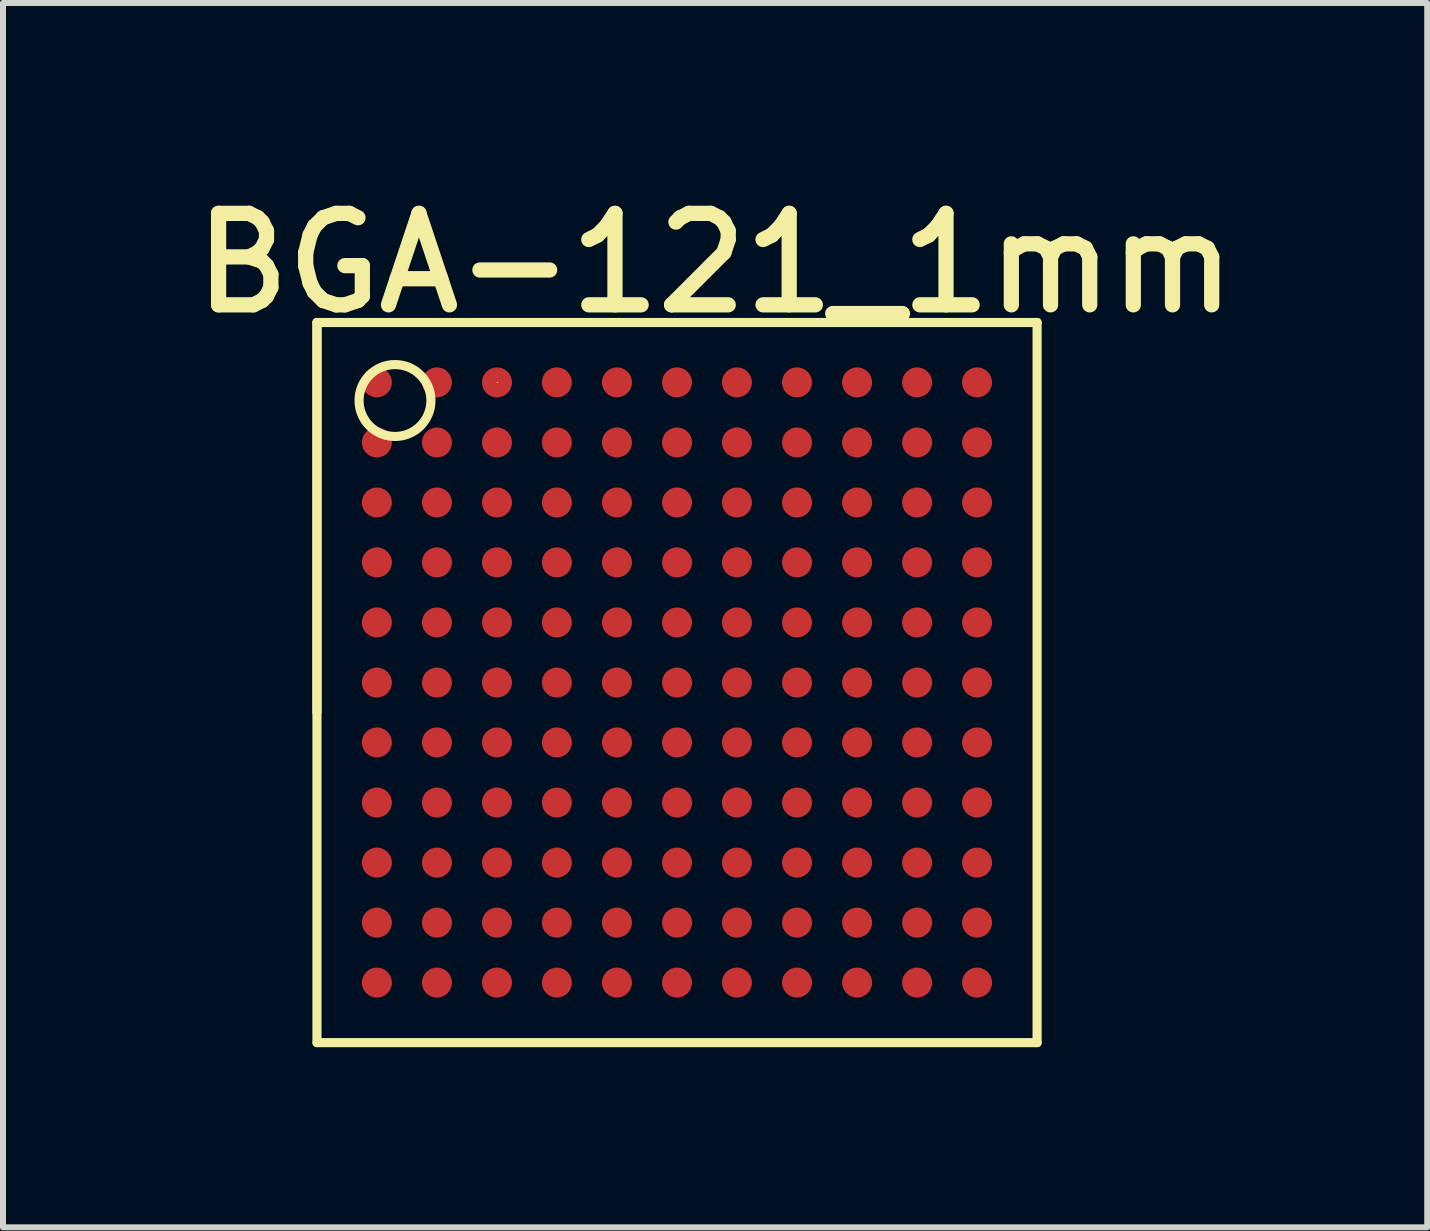
<source format=kicad_pcb>
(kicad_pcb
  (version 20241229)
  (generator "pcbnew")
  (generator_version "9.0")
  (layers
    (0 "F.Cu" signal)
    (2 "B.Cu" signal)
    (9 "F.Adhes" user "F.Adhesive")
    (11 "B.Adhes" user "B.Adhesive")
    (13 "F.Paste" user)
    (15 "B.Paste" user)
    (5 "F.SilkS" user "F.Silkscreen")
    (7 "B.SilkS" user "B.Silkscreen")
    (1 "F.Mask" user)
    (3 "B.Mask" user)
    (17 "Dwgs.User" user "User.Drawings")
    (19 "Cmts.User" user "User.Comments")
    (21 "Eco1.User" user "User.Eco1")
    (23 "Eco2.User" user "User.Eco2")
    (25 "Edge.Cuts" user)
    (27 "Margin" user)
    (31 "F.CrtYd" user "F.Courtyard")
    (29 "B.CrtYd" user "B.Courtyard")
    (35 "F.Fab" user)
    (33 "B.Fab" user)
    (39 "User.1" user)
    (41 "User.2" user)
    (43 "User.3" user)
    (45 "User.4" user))
  (footprint "BGA-121_1mm"
    (layer "F.Cu")
    (at 8.23 8.322)
    (property "Reference" "BGA-121_1mm" (at 0.635 -6.985 0) (layer "F.SilkS") (effects (font (size 1.524 1.524) (thickness 0.254))))
    (attr smd)
    (fp_line (start -5.999 -5.999) (end 5.999 -5.999) (stroke (width 0.152) (type solid)) (layer "F.SilkS"))
    (fp_line (start -5.999 0.5) (end -5.999 -5.999) (stroke (width 0.152) (type solid)) (layer "F.SilkS"))
    (fp_line (start -5.999 5.999) (end -5.999 -5.999) (stroke (width 0.152) (type solid)) (layer "F.SilkS"))
    (fp_line (start -3 -5.001) (end -2.99 -5.001) (stroke (width 0.013) (type solid)) (layer "F.SilkS"))
    (fp_line (start 5.999 -5.999) (end 5.999 5.999) (stroke (width 0.152) (type solid)) (layer "F.SilkS"))
    (fp_line (start 5.999 5.999) (end -5.999 5.999) (stroke (width 0.152) (type solid)) (layer "F.SilkS"))
    (fp_circle (center -4.699 -4.699) (end -4.699 -5.298) (stroke (width 0.152) (type solid)) (fill no) (layer "F.SilkS"))
    (pad "A1" smd circle (at -5.001 -5.001) (size 0.5 0.5) (layers "F.Cu" "F.Mask" "F.Paste"))
    (pad "A2" smd circle (at -4 -5.001) (size 0.5 0.5) (layers "F.Cu" "F.Mask" "F.Paste"))
    (pad "A3" smd circle (at -3 -5.001) (size 0.5 0.5) (layers "F.Cu" "F.Mask" "F.Paste"))
    (pad "A4" smd circle (at -2.002 -5.001) (size 0.5 0.5) (layers "F.Cu" "F.Mask" "F.Paste"))
    (pad "A5" smd circle (at -1.001 -5.001) (size 0.5 0.5) (layers "F.Cu" "F.Mask" "F.Paste"))
    (pad "A6" smd circle (at 0 -5.001) (size 0.5 0.5) (layers "F.Cu" "F.Mask" "F.Paste"))
    (pad "A7" smd circle (at 0.998 -5.001) (size 0.5 0.5) (layers "F.Cu" "F.Mask" "F.Paste"))
    (pad "A8" smd circle (at 1.999 -5.001) (size 0.5 0.5) (layers "F.Cu" "F.Mask" "F.Paste"))
    (pad "A9" smd circle (at 3 -5.001) (size 0.5 0.5) (layers "F.Cu" "F.Mask" "F.Paste"))
    (pad "A10" smd circle (at 4 -5.001) (size 0.5 0.5) (layers "F.Cu" "F.Mask" "F.Paste"))
    (pad "A11" smd circle (at 4.999 -5.001) (size 0.5 0.5) (layers "F.Cu" "F.Mask" "F.Paste"))
    (pad "B1" smd circle (at -5.001 -4) (size 0.5 0.5) (layers "F.Cu" "F.Mask" "F.Paste"))
    (pad "B2" smd circle (at -4 -4) (size 0.5 0.5) (layers "F.Cu" "F.Mask" "F.Paste"))
    (pad "B3" smd circle (at -3 -4) (size 0.5 0.5) (layers "F.Cu" "F.Mask" "F.Paste"))
    (pad "B4" smd circle (at -2.002 -4) (size 0.5 0.5) (layers "F.Cu" "F.Mask" "F.Paste"))
    (pad "B5" smd circle (at -1.001 -4) (size 0.5 0.5) (layers "F.Cu" "F.Mask" "F.Paste"))
    (pad "B6" smd circle (at 0 -4) (size 0.5 0.5) (layers "F.Cu" "F.Mask" "F.Paste"))
    (pad "B7" smd circle (at 0.998 -4) (size 0.5 0.5) (layers "F.Cu" "F.Mask" "F.Paste"))
    (pad "B8" smd circle (at 1.999 -4) (size 0.5 0.5) (layers "F.Cu" "F.Mask" "F.Paste"))
    (pad "B9" smd circle (at 3 -4) (size 0.5 0.5) (layers "F.Cu" "F.Mask" "F.Paste"))
    (pad "B10" smd circle (at 4 -4) (size 0.5 0.5) (layers "F.Cu" "F.Mask" "F.Paste"))
    (pad "B11" smd circle (at 4.999 -4) (size 0.5 0.5) (layers "F.Cu" "F.Mask" "F.Paste"))
    (pad "C1" smd circle (at -5.001 -3) (size 0.5 0.5) (layers "F.Cu" "F.Mask" "F.Paste"))
    (pad "C2" smd circle (at -4 -3) (size 0.5 0.5) (layers "F.Cu" "F.Mask" "F.Paste"))
    (pad "C3" smd circle (at -3 -3) (size 0.5 0.5) (layers "F.Cu" "F.Mask" "F.Paste"))
    (pad "C4" smd circle (at -2.002 -3) (size 0.5 0.5) (layers "F.Cu" "F.Mask" "F.Paste"))
    (pad "C5" smd circle (at -1.001 -3) (size 0.5 0.5) (layers "F.Cu" "F.Mask" "F.Paste"))
    (pad "C6" smd circle (at 0 -3) (size 0.5 0.5) (layers "F.Cu" "F.Mask" "F.Paste"))
    (pad "C7" smd circle (at 0.998 -3) (size 0.5 0.5) (layers "F.Cu" "F.Mask" "F.Paste"))
    (pad "C8" smd circle (at 1.999 -3) (size 0.5 0.5) (layers "F.Cu" "F.Mask" "F.Paste"))
    (pad "C9" smd circle (at 3 -3) (size 0.5 0.5) (layers "F.Cu" "F.Mask" "F.Paste"))
    (pad "C10" smd circle (at 4 -3) (size 0.5 0.5) (layers "F.Cu" "F.Mask" "F.Paste"))
    (pad "C11" smd circle (at 4.999 -3) (size 0.5 0.5) (layers "F.Cu" "F.Mask" "F.Paste"))
    (pad "D1" smd circle (at -5.001 -2.002) (size 0.5 0.5) (layers "F.Cu" "F.Mask" "F.Paste"))
    (pad "D2" smd circle (at -4 -2.002) (size 0.5 0.5) (layers "F.Cu" "F.Mask" "F.Paste"))
    (pad "D3" smd circle (at -3 -2.002) (size 0.5 0.5) (layers "F.Cu" "F.Mask" "F.Paste"))
    (pad "D4" smd circle (at -2.002 -2.002) (size 0.5 0.5) (layers "F.Cu" "F.Mask" "F.Paste"))
    (pad "D5" smd circle (at -1.001 -2.002) (size 0.5 0.5) (layers "F.Cu" "F.Mask" "F.Paste"))
    (pad "D6" smd circle (at 0 -2.002) (size 0.5 0.5) (layers "F.Cu" "F.Mask" "F.Paste"))
    (pad "D7" smd circle (at 0.998 -2.002) (size 0.5 0.5) (layers "F.Cu" "F.Mask" "F.Paste"))
    (pad "D8" smd circle (at 1.999 -2.002) (size 0.5 0.5) (layers "F.Cu" "F.Mask" "F.Paste"))
    (pad "D9" smd circle (at 3 -2.002) (size 0.5 0.5) (layers "F.Cu" "F.Mask" "F.Paste"))
    (pad "D10" smd circle (at 4 -2.002) (size 0.5 0.5) (layers "F.Cu" "F.Mask" "F.Paste"))
    (pad "D11" smd circle (at 4.999 -2.002) (size 0.5 0.5) (layers "F.Cu" "F.Mask" "F.Paste"))
    (pad "E1" smd circle (at -5.001 -1.001) (size 0.5 0.5) (layers "F.Cu" "F.Mask" "F.Paste"))
    (pad "E2" smd circle (at -4 -1.001) (size 0.5 0.5) (layers "F.Cu" "F.Mask" "F.Paste"))
    (pad "E3" smd circle (at -3 -1.001) (size 0.5 0.5) (layers "F.Cu" "F.Mask" "F.Paste"))
    (pad "E4" smd circle (at -2.002 -1.001) (size 0.5 0.5) (layers "F.Cu" "F.Mask" "F.Paste"))
    (pad "E5" smd circle (at -1.001 -1.001) (size 0.5 0.5) (layers "F.Cu" "F.Mask" "F.Paste"))
    (pad "E6" smd circle (at 0 -1.001) (size 0.5 0.5) (layers "F.Cu" "F.Mask" "F.Paste"))
    (pad "E7" smd circle (at 0.998 -1.001) (size 0.5 0.5) (layers "F.Cu" "F.Mask" "F.Paste"))
    (pad "E8" smd circle (at 1.999 -1.001) (size 0.5 0.5) (layers "F.Cu" "F.Mask" "F.Paste"))
    (pad "E9" smd circle (at 3 -1.001) (size 0.5 0.5) (layers "F.Cu" "F.Mask" "F.Paste"))
    (pad "E10" smd circle (at 4 -1.001) (size 0.5 0.5) (layers "F.Cu" "F.Mask" "F.Paste"))
    (pad "E11" smd circle (at 4.999 -1.001) (size 0.5 0.5) (layers "F.Cu" "F.Mask" "F.Paste"))
    (pad "F1" smd circle (at -5.001 0) (size 0.5 0.5) (layers "F.Cu" "F.Mask" "F.Paste"))
    (pad "F2" smd circle (at -4 0) (size 0.5 0.5) (layers "F.Cu" "F.Mask" "F.Paste"))
    (pad "F3" smd circle (at -3 0) (size 0.5 0.5) (layers "F.Cu" "F.Mask" "F.Paste"))
    (pad "F4" smd circle (at -2.002 0) (size 0.5 0.5) (layers "F.Cu" "F.Mask" "F.Paste"))
    (pad "F5" smd circle (at -1.001 0) (size 0.5 0.5) (layers "F.Cu" "F.Mask" "F.Paste"))
    (pad "F6" smd circle (at 0 0) (size 0.5 0.5) (layers "F.Cu" "F.Mask" "F.Paste"))
    (pad "F7" smd circle (at 0.998 0) (size 0.5 0.5) (layers "F.Cu" "F.Mask" "F.Paste"))
    (pad "F8" smd circle (at 1.999 0) (size 0.5 0.5) (layers "F.Cu" "F.Mask" "F.Paste"))
    (pad "F9" smd circle (at 3 0) (size 0.5 0.5) (layers "F.Cu" "F.Mask" "F.Paste"))
    (pad "F10" smd circle (at 4 0) (size 0.5 0.5) (layers "F.Cu" "F.Mask" "F.Paste"))
    (pad "F11" smd circle (at 4.999 0) (size 0.5 0.5) (layers "F.Cu" "F.Mask" "F.Paste"))
    (pad "G1" smd circle (at -5.001 0.998) (size 0.5 0.5) (layers "F.Cu" "F.Mask" "F.Paste"))
    (pad "G2" smd circle (at -4 0.998) (size 0.5 0.5) (layers "F.Cu" "F.Mask" "F.Paste"))
    (pad "G3" smd circle (at -3 0.998) (size 0.5 0.5) (layers "F.Cu" "F.Mask" "F.Paste"))
    (pad "G4" smd circle (at -2.002 0.998) (size 0.5 0.5) (layers "F.Cu" "F.Mask" "F.Paste"))
    (pad "G5" smd circle (at -1.001 0.998) (size 0.5 0.5) (layers "F.Cu" "F.Mask" "F.Paste"))
    (pad "G6" smd circle (at 0 0.998) (size 0.5 0.5) (layers "F.Cu" "F.Mask" "F.Paste"))
    (pad "G7" smd circle (at 0.998 0.998) (size 0.5 0.5) (layers "F.Cu" "F.Mask" "F.Paste"))
    (pad "G8" smd circle (at 1.999 0.998) (size 0.5 0.5) (layers "F.Cu" "F.Mask" "F.Paste"))
    (pad "G9" smd circle (at 3 0.998) (size 0.5 0.5) (layers "F.Cu" "F.Mask" "F.Paste"))
    (pad "G10" smd circle (at 4 0.998) (size 0.5 0.5) (layers "F.Cu" "F.Mask" "F.Paste"))
    (pad "G11" smd circle (at 4.999 0.998) (size 0.5 0.5) (layers "F.Cu" "F.Mask" "F.Paste"))
    (pad "H1" smd circle (at -5.001 1.999) (size 0.5 0.5) (layers "F.Cu" "F.Mask" "F.Paste"))
    (pad "H2" smd circle (at -4 1.999) (size 0.5 0.5) (layers "F.Cu" "F.Mask" "F.Paste"))
    (pad "H3" smd circle (at -3 1.999) (size 0.5 0.5) (layers "F.Cu" "F.Mask" "F.Paste"))
    (pad "H4" smd circle (at -2.002 1.999) (size 0.5 0.5) (layers "F.Cu" "F.Mask" "F.Paste"))
    (pad "H5" smd circle (at -1.001 1.999) (size 0.5 0.5) (layers "F.Cu" "F.Mask" "F.Paste"))
    (pad "H6" smd circle (at 0 1.999) (size 0.5 0.5) (layers "F.Cu" "F.Mask" "F.Paste"))
    (pad "H7" smd circle (at 0.998 1.999) (size 0.5 0.5) (layers "F.Cu" "F.Mask" "F.Paste"))
    (pad "H8" smd circle (at 1.999 1.999) (size 0.5 0.5) (layers "F.Cu" "F.Mask" "F.Paste"))
    (pad "H9" smd circle (at 3 1.999) (size 0.5 0.5) (layers "F.Cu" "F.Mask" "F.Paste"))
    (pad "H10" smd circle (at 4 1.999) (size 0.5 0.5) (layers "F.Cu" "F.Mask" "F.Paste"))
    (pad "H11" smd circle (at 4.999 1.999) (size 0.5 0.5) (layers "F.Cu" "F.Mask" "F.Paste"))
    (pad "J1" smd circle (at -5.001 3) (size 0.5 0.5) (layers "F.Cu" "F.Mask" "F.Paste"))
    (pad "J2" smd circle (at -4 3) (size 0.5 0.5) (layers "F.Cu" "F.Mask" "F.Paste"))
    (pad "J3" smd circle (at -3 3) (size 0.5 0.5) (layers "F.Cu" "F.Mask" "F.Paste"))
    (pad "J4" smd circle (at -2.002 3) (size 0.5 0.5) (layers "F.Cu" "F.Mask" "F.Paste"))
    (pad "J5" smd circle (at -1.001 3) (size 0.5 0.5) (layers "F.Cu" "F.Mask" "F.Paste"))
    (pad "J6" smd circle (at 0 3) (size 0.5 0.5) (layers "F.Cu" "F.Mask" "F.Paste"))
    (pad "J7" smd circle (at 0.998 3) (size 0.5 0.5) (layers "F.Cu" "F.Mask" "F.Paste"))
    (pad "J8" smd circle (at 1.999 3) (size 0.5 0.5) (layers "F.Cu" "F.Mask" "F.Paste"))
    (pad "J9" smd circle (at 3 3) (size 0.5 0.5) (layers "F.Cu" "F.Mask" "F.Paste"))
    (pad "J10" smd circle (at 4 3) (size 0.5 0.5) (layers "F.Cu" "F.Mask" "F.Paste"))
    (pad "J11" smd circle (at 4.999 3) (size 0.5 0.5) (layers "F.Cu" "F.Mask" "F.Paste"))
    (pad "K1" smd circle (at -5.001 4) (size 0.5 0.5) (layers "F.Cu" "F.Mask" "F.Paste"))
    (pad "K2" smd circle (at -4 4) (size 0.5 0.5) (layers "F.Cu" "F.Mask" "F.Paste"))
    (pad "K3" smd circle (at -3 4) (size 0.5 0.5) (layers "F.Cu" "F.Mask" "F.Paste"))
    (pad "K4" smd circle (at -2.002 4) (size 0.5 0.5) (layers "F.Cu" "F.Mask" "F.Paste"))
    (pad "K5" smd circle (at -1.001 4) (size 0.5 0.5) (layers "F.Cu" "F.Mask" "F.Paste"))
    (pad "K6" smd circle (at 0 4) (size 0.5 0.5) (layers "F.Cu" "F.Mask" "F.Paste"))
    (pad "K7" smd circle (at 0.998 4) (size 0.5 0.5) (layers "F.Cu" "F.Mask" "F.Paste"))
    (pad "K8" smd circle (at 1.999 4) (size 0.5 0.5) (layers "F.Cu" "F.Mask" "F.Paste"))
    (pad "K9" smd circle (at 3 4) (size 0.5 0.5) (layers "F.Cu" "F.Mask" "F.Paste"))
    (pad "K10" smd circle (at 4 4) (size 0.5 0.5) (layers "F.Cu" "F.Mask" "F.Paste"))
    (pad "K11" smd circle (at 4.999 4) (size 0.5 0.5) (layers "F.Cu" "F.Mask" "F.Paste"))
    (pad "L1" smd circle (at -5.001 4.999) (size 0.5 0.5) (layers "F.Cu" "F.Mask" "F.Paste"))
    (pad "L2" smd circle (at -4 4.999) (size 0.5 0.5) (layers "F.Cu" "F.Mask" "F.Paste"))
    (pad "L3" smd circle (at -3 4.999) (size 0.5 0.5) (layers "F.Cu" "F.Mask" "F.Paste"))
    (pad "L4" smd circle (at -2.002 4.999) (size 0.5 0.5) (layers "F.Cu" "F.Mask" "F.Paste"))
    (pad "L5" smd circle (at -1.001 4.999) (size 0.5 0.5) (layers "F.Cu" "F.Mask" "F.Paste"))
    (pad "L6" smd circle (at 0 4.999) (size 0.5 0.5) (layers "F.Cu" "F.Mask" "F.Paste"))
    (pad "L7" smd circle (at 0.998 4.999) (size 0.5 0.5) (layers "F.Cu" "F.Mask" "F.Paste"))
    (pad "L8" smd circle (at 1.999 4.999) (size 0.5 0.5) (layers "F.Cu" "F.Mask" "F.Paste"))
    (pad "L9" smd circle (at 3 4.999) (size 0.5 0.5) (layers "F.Cu" "F.Mask" "F.Paste"))
    (pad "L10" smd circle (at 4 4.999) (size 0.5 0.5) (layers "F.Cu" "F.Mask" "F.Paste"))
    (pad "L11" smd circle (at 4.999 4.999) (size 0.5 0.5) (layers "F.Cu" "F.Mask" "F.Paste")))
  (gr_rect
    (start -3 -3)
    (end 20.729 17.398)
    (stroke (width 0.1) (type default))
    (fill no)
    (layer "Edge.Cuts")))
</source>
